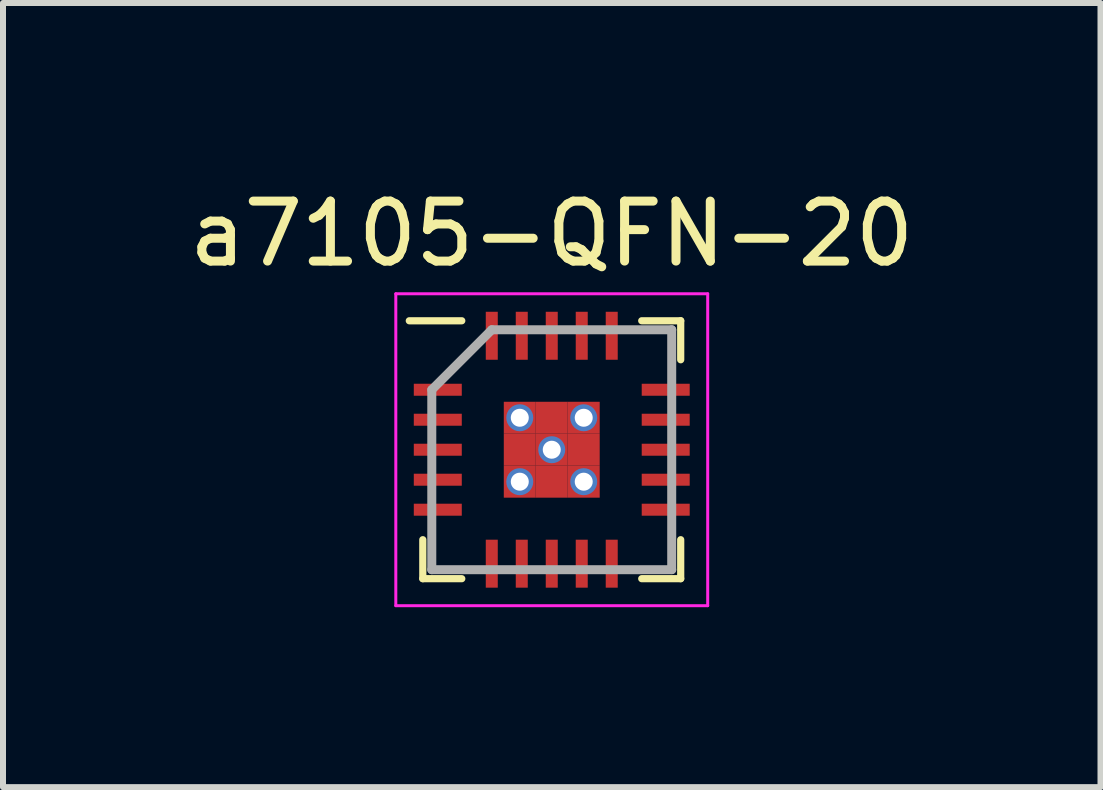
<source format=kicad_pcb>
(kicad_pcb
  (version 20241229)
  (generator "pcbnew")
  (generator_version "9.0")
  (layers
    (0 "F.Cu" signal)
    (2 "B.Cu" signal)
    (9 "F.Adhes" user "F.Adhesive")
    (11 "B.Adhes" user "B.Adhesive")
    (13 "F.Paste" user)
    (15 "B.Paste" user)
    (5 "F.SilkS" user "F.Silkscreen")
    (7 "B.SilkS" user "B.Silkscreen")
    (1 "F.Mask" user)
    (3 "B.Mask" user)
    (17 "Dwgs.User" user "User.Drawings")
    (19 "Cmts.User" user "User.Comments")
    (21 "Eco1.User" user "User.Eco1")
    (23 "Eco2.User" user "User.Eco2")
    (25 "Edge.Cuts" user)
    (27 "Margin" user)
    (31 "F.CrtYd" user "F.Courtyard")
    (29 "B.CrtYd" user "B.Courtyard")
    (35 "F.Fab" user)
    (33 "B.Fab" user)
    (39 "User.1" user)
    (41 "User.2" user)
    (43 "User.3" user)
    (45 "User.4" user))
  (footprint "a7105-QFN-20"
    (layer "F.Cu")
    (at 6.149 4.448)
    (property "Reference" "a7105-QFN-20" (at 0 -3.6 0) (layer "F.SilkS") (effects (font (size 1 1) (thickness 0.15))))
    (attr smd)
    (fp_line (start -2.15 2.15) (end -2.15 1.5) (stroke (width 0.12) (type solid)) (layer "F.SilkS"))
    (fp_line (start -1.5 -2.15) (end -2.375 -2.15) (stroke (width 0.12) (type solid)) (layer "F.SilkS"))
    (fp_line (start -1.5 2.15) (end -2.15 2.15) (stroke (width 0.12) (type solid)) (layer "F.SilkS"))
    (fp_line (start 1.5 -2.15) (end 2.15 -2.15) (stroke (width 0.12) (type solid)) (layer "F.SilkS"))
    (fp_line (start 1.5 2.15) (end 2.15 2.15) (stroke (width 0.12) (type solid)) (layer "F.SilkS"))
    (fp_line (start 2.15 -2.15) (end 2.15 -1.5) (stroke (width 0.12) (type solid)) (layer "F.SilkS"))
    (fp_line (start 2.15 2.15) (end 2.15 1.5) (stroke (width 0.12) (type solid)) (layer "F.SilkS"))
    (fp_rect (start -0.8 -0.8) (end 0.8 0.8) (stroke (width 0) (type solid)) (fill yes) (layer "F.Paste"))
    (fp_line (start -2.6 -2.6) (end 2.6 -2.6) (stroke (width 0.05) (type solid)) (layer "F.CrtYd"))
    (fp_line (start -2.6 2.6) (end -2.6 -2.6) (stroke (width 0.05) (type solid)) (layer "F.CrtYd"))
    (fp_line (start 2.6 -2.6) (end 2.6 2.6) (stroke (width 0.05) (type solid)) (layer "F.CrtYd"))
    (fp_line (start 2.6 2.6) (end -2.6 2.6) (stroke (width 0.05) (type solid)) (layer "F.CrtYd"))
    (fp_line (start -2 -1) (end -2 2) (stroke (width 0.15) (type solid)) (layer "F.Fab"))
    (fp_line (start -2 2) (end 2 2) (stroke (width 0.15) (type solid)) (layer "F.Fab"))
    (fp_line (start -1 -2) (end -2 -1) (stroke (width 0.15) (type solid)) (layer "F.Fab"))
    (fp_line (start 2 -2) (end -1 -2) (stroke (width 0.15) (type solid)) (layer "F.Fab"))
    (fp_line (start 2 2) (end 2 -2) (stroke (width 0.15) (type solid)) (layer "F.Fab"))
    (pad "1" smd rect (at -1.9 -1 90) (size 0.2 0.8) (layers "F.Cu" "F.Mask" "F.Paste"))
    (pad "2" smd rect (at -1.9 -0.5 90) (size 0.2 0.8) (layers "F.Cu" "F.Mask" "F.Paste"))
    (pad "3" smd rect (at -1.9 0 90) (size 0.2 0.8) (layers "F.Cu" "F.Mask" "F.Paste"))
    (pad "4" smd rect (at -1.9 0.5 90) (size 0.2 0.8) (layers "F.Cu" "F.Mask" "F.Paste"))
    (pad "5" smd rect (at -1.9 1 90) (size 0.2 0.8) (layers "F.Cu" "F.Mask" "F.Paste"))
    (pad "6" smd rect (at -1 1.9) (size 0.2 0.8) (layers "F.Cu" "F.Mask" "F.Paste"))
    (pad "7" smd rect (at -0.5 1.9) (size 0.2 0.8) (layers "F.Cu" "F.Mask" "F.Paste"))
    (pad "8" smd rect (at 0 1.9) (size 0.2 0.8) (layers "F.Cu" "F.Mask" "F.Paste"))
    (pad "9" smd rect (at 0.5 1.9) (size 0.2 0.8) (layers "F.Cu" "F.Mask" "F.Paste"))
    (pad "10" smd rect (at 1 1.9) (size 0.2 0.8) (layers "F.Cu" "F.Mask" "F.Paste"))
    (pad "11" smd rect (at 1.9 1 90) (size 0.2 0.8) (layers "F.Cu" "F.Mask" "F.Paste"))
    (pad "12" smd rect (at 1.9 0.5 90) (size 0.2 0.8) (layers "F.Cu" "F.Mask" "F.Paste"))
    (pad "13" smd rect (at 1.9 0 90) (size 0.2 0.8) (layers "F.Cu" "F.Mask" "F.Paste"))
    (pad "14" smd rect (at 1.9 -0.5 90) (size 0.2 0.8) (layers "F.Cu" "F.Mask" "F.Paste"))
    (pad "15" smd rect (at 1.9 -1 90) (size 0.2 0.8) (layers "F.Cu" "F.Mask" "F.Paste"))
    (pad "16" smd rect (at 1 -1.9) (size 0.2 0.8) (layers "F.Cu" "F.Mask" "F.Paste"))
    (pad "17" smd rect (at 0.5 -1.9) (size 0.2 0.8) (layers "F.Cu" "F.Mask" "F.Paste"))
    (pad "18" smd rect (at 0 -1.9) (size 0.2 0.8) (layers "F.Cu" "F.Mask" "F.Paste"))
    (pad "19" smd rect (at -0.5 -1.9) (size 0.2 0.8) (layers "F.Cu" "F.Mask" "F.Paste"))
    (pad "20" smd rect (at -1 -1.9) (size 0.2 0.8) (layers "F.Cu" "F.Mask" "F.Paste"))
    (pad "21" thru_hole circle (at -0.533 -0.533) (size 0.45 0.45) (drill 0.3) (layers "*.Cu" "*.Mask"))
    (pad "21" smd rect (at -0.533 -0.533) (size 0.533 0.533) (layers "F.Cu" "F.Mask" "F.Paste"))
    (pad "21" smd rect (at -0.533 0) (size 0.533 0.533) (layers "F.Cu" "F.Mask" "F.Paste"))
    (pad "21" thru_hole circle (at -0.533 0.533) (size 0.45 0.45) (drill 0.3) (layers "*.Cu" "*.Mask"))
    (pad "21" smd rect (at -0.533 0.533) (size 0.533 0.533) (layers "F.Cu" "F.Mask" "F.Paste"))
    (pad "21" smd rect (at 0 -0.533) (size 0.533 0.533) (layers "F.Cu" "F.Mask" "F.Paste"))
    (pad "21" thru_hole circle (at 0 0) (size 0.45 0.45) (drill 0.3) (layers "*.Cu" "*.Mask"))
    (pad "21" smd rect (at 0 0) (size 0.533 0.533) (layers "F.Cu" "F.Mask" "F.Paste"))
    (pad "21" smd rect (at 0 0.533) (size 0.533 0.533) (layers "F.Cu" "F.Mask" "F.Paste"))
    (pad "21" thru_hole circle (at 0.533 -0.533) (size 0.45 0.45) (drill 0.3) (layers "*.Cu" "*.Mask"))
    (pad "21" smd rect (at 0.533 -0.533) (size 0.533 0.533) (layers "F.Cu" "F.Mask" "F.Paste"))
    (pad "21" smd rect (at 0.533 0) (size 0.533 0.533) (layers "F.Cu" "F.Mask" "F.Paste"))
    (pad "21" thru_hole circle (at 0.533 0.533) (size 0.45 0.45) (drill 0.3) (layers "*.Cu" "*.Mask"))
    (pad "21" smd rect (at 0.533 0.533) (size 0.533 0.533) (layers "F.Cu" "F.Mask" "F.Paste")))
  (gr_rect
    (start -3 -3)
    (end 15.298 10.073)
    (stroke (width 0.1) (type default))
    (fill no)
    (layer "Edge.Cuts")))
</source>
